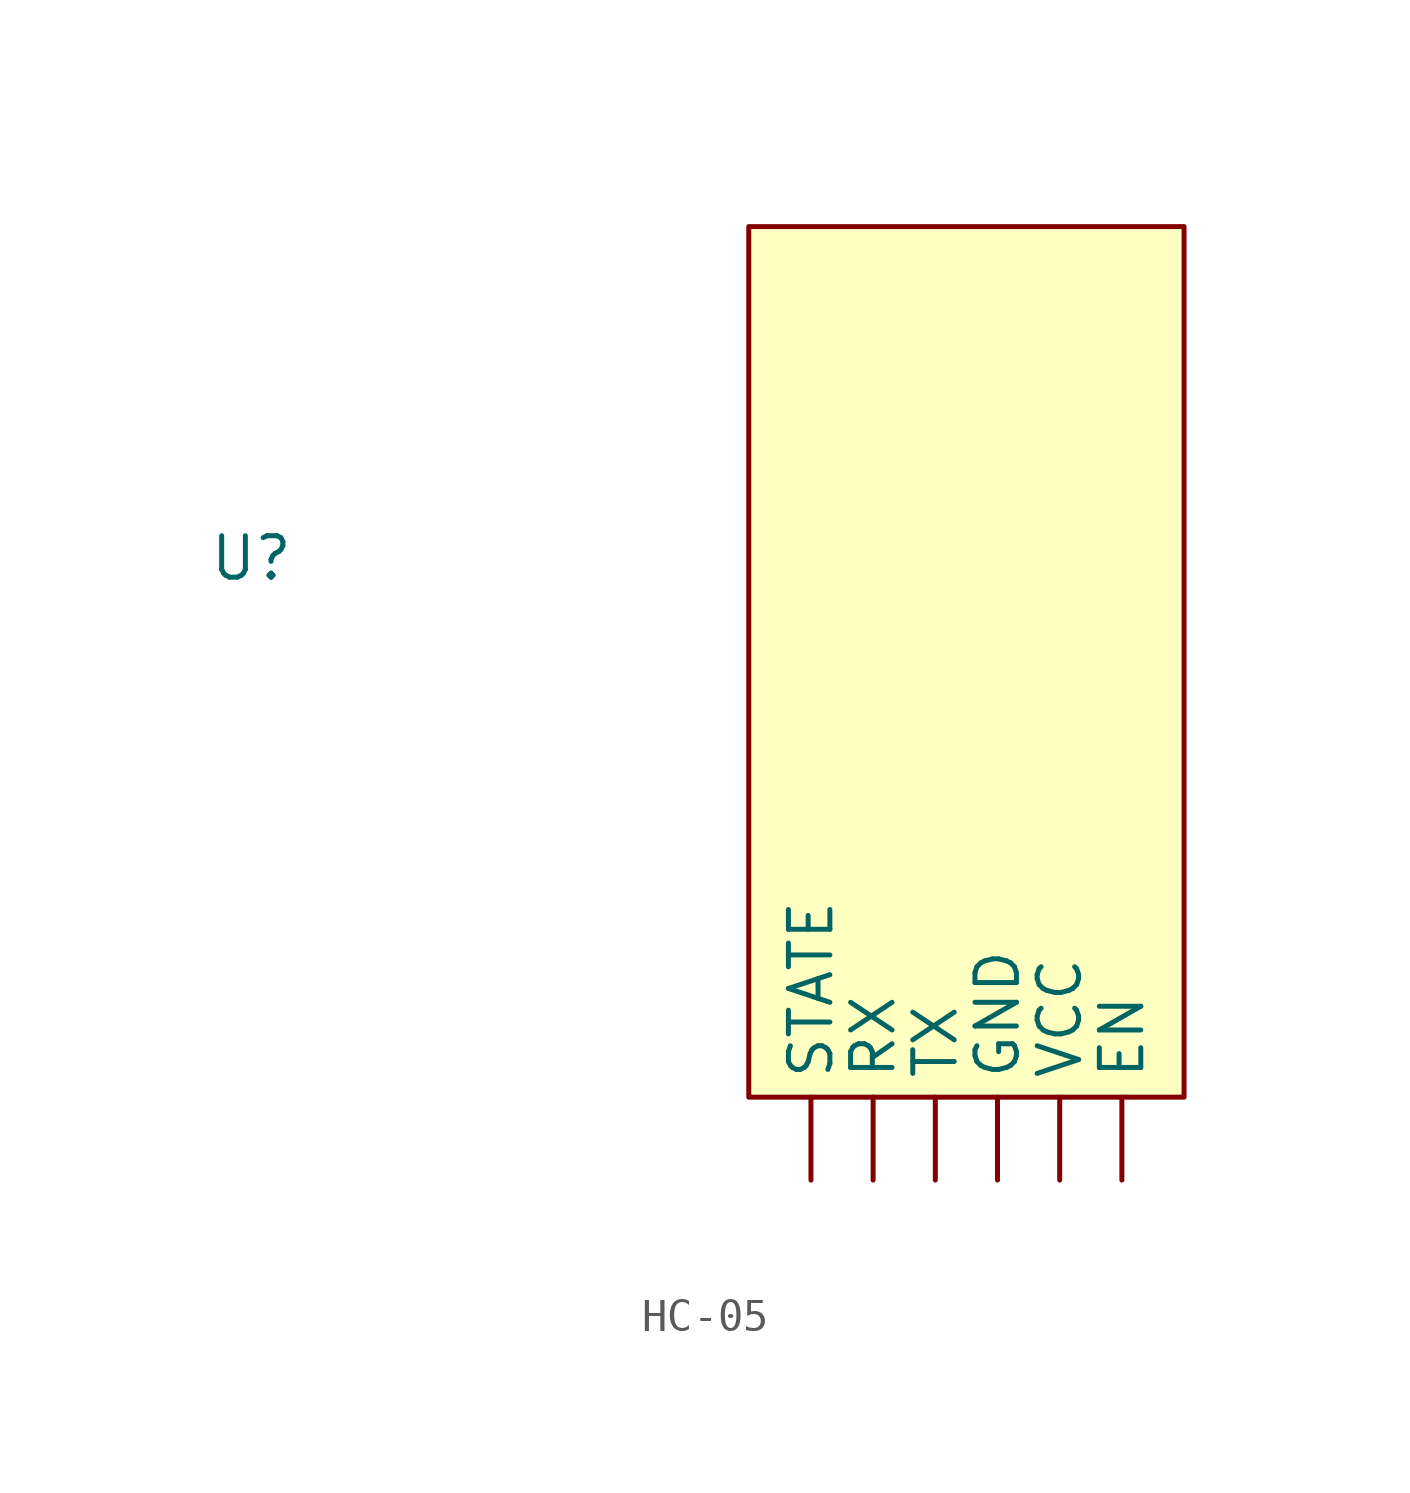
<source format=kicad_sym>
(kicad_symbol_lib
  (version 20220914)
  (generator kicad_symbol_editor)
  (symbol "HC-05"
    (property "Reference" "U"
      (at -22.225 3.175 0)
      (effects (font (size 1.27 1.27))))
    (property "Value" ""
      (at 5.08 12.065 90)
      (effects (font (size 1.27 1.27))))
    (symbol "HC-05_1_1"
      (rectangle (start -6.985 13.335) (end 6.35 -13.335) (stroke (width 0) (type default)) (fill (type background)))
      (pin input line (at 4.445 -15.875 90) (length 2.54) (name "EN" (effects (font (size 1.27 1.27)))) (number "" (effects (font (size 1.27 1.27)))))
      (pin input line (at 0.635 -15.875 90) (length 2.54) (name "GND" (effects (font (size 1.27 1.27)))) (number "" (effects (font (size 1.27 1.27)))))
      (pin input line (at -3.175 -15.875 90) (length 2.54) (name "RX" (effects (font (size 1.27 1.27)))) (number "" (effects (font (size 1.27 1.27)))))
      (pin input line (at -5.08 -15.875 90) (length 2.54) (name "STATE" (effects (font (size 1.27 1.27)))) (number "" (effects (font (size 1.27 1.27)))))
      (pin input line (at -1.27 -15.875 90) (length 2.54) (name "TX" (effects (font (size 1.27 1.27)))) (number "" (effects (font (size 1.27 1.27)))))
      (pin input line (at 2.54 -15.875 90) (length 2.54) (name "VCC" (effects (font (size 1.27 1.27)))) (number "" (effects (font (size 1.27 1.27))))))))
</source>
